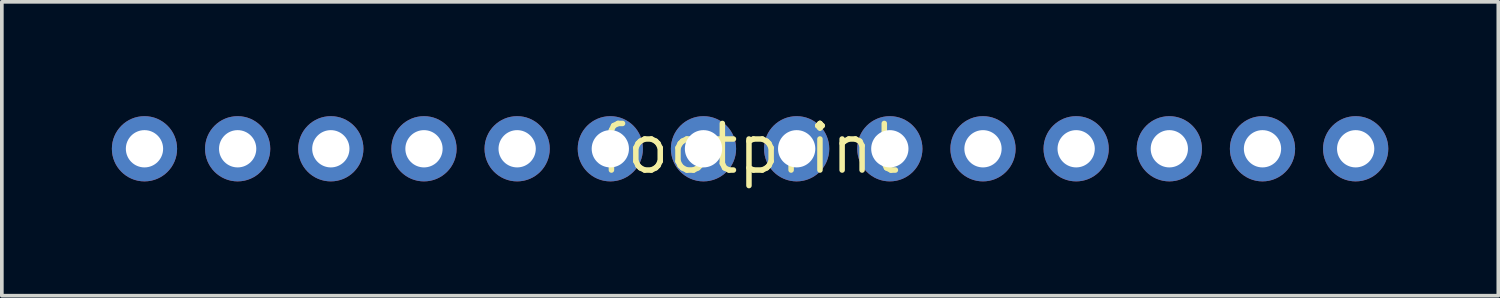
<source format=kicad_pcb>
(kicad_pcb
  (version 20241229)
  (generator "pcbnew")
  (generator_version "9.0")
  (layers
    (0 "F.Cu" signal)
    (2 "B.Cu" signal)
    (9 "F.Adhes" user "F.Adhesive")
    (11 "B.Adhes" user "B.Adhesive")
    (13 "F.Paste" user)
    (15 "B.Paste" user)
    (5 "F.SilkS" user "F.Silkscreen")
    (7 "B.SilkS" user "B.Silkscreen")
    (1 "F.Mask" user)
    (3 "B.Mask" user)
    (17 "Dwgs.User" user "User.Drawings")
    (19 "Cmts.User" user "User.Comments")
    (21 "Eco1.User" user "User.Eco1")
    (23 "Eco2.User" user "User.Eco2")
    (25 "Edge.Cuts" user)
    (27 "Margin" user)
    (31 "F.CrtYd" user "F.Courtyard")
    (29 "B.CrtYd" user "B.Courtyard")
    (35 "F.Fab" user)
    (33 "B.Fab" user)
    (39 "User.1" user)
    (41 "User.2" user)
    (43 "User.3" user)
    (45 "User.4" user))
  (footprint "footprint"
    (layer "F.Cu")
    (at 17.399 1.006)
    (property "Reference" "footprint" (at 0 0 0) (layer "F.SilkS") (effects (font (size 1.27 1.27) (thickness 0.15))))
    (fp_poly (pts (xy -16.764 0.254) (xy -16.256 0.254) (xy -16.256 -0.254) (xy -16.764 -0.254)) (stroke (width 0.1) (type solid)) (fill no) (layer "F.Fab"))
    (fp_poly (pts (xy -14.224 0.254) (xy -13.716 0.254) (xy -13.716 -0.254) (xy -14.224 -0.254)) (stroke (width 0.1) (type solid)) (fill no) (layer "F.Fab"))
    (fp_poly (pts (xy -11.684 0.254) (xy -11.176 0.254) (xy -11.176 -0.254) (xy -11.684 -0.254)) (stroke (width 0.1) (type solid)) (fill no) (layer "F.Fab"))
    (fp_poly (pts (xy -9.144 0.254) (xy -8.636 0.254) (xy -8.636 -0.254) (xy -9.144 -0.254)) (stroke (width 0.1) (type solid)) (fill no) (layer "F.Fab"))
    (fp_poly (pts (xy -6.604 0.254) (xy -6.096 0.254) (xy -6.096 -0.254) (xy -6.604 -0.254)) (stroke (width 0.1) (type solid)) (fill no) (layer "F.Fab"))
    (fp_poly (pts (xy -4.064 0.254) (xy -3.556 0.254) (xy -3.556 -0.254) (xy -4.064 -0.254)) (stroke (width 0.1) (type solid)) (fill no) (layer "F.Fab"))
    (fp_poly (pts (xy -1.524 0.254) (xy -1.016 0.254) (xy -1.016 -0.254) (xy -1.524 -0.254)) (stroke (width 0.1) (type solid)) (fill no) (layer "F.Fab"))
    (fp_poly (pts (xy 1.016 0.254) (xy 1.524 0.254) (xy 1.524 -0.254) (xy 1.016 -0.254)) (stroke (width 0.1) (type solid)) (fill no) (layer "F.Fab"))
    (fp_poly (pts (xy 3.556 0.254) (xy 4.064 0.254) (xy 4.064 -0.254) (xy 3.556 -0.254)) (stroke (width 0.1) (type solid)) (fill no) (layer "F.Fab"))
    (fp_poly (pts (xy 6.096 0.254) (xy 6.604 0.254) (xy 6.604 -0.254) (xy 6.096 -0.254)) (stroke (width 0.1) (type solid)) (fill no) (layer "F.Fab"))
    (fp_poly (pts (xy 8.636 0.254) (xy 9.144 0.254) (xy 9.144 -0.254) (xy 8.636 -0.254)) (stroke (width 0.1) (type solid)) (fill no) (layer "F.Fab"))
    (fp_poly (pts (xy 11.176 0.254) (xy 11.684 0.254) (xy 11.684 -0.254) (xy 11.176 -0.254)) (stroke (width 0.1) (type solid)) (fill no) (layer "F.Fab"))
    (fp_poly (pts (xy 13.716 0.254) (xy 14.224 0.254) (xy 14.224 -0.254) (xy 13.716 -0.254)) (stroke (width 0.1) (type solid)) (fill no) (layer "F.Fab"))
    (fp_poly (pts (xy 16.256 0.254) (xy 16.764 0.254) (xy 16.764 -0.254) (xy 16.256 -0.254)) (stroke (width 0.1) (type solid)) (fill no) (layer "F.Fab"))
    (pad "1" thru_hole circle (at -16.51 0 90) (size 1.778 1.778) (drill 1.016) (layers "*.Cu" "*.Mask"))
    (pad "2" thru_hole circle (at -13.97 0 90) (size 1.778 1.778) (drill 1.016) (layers "*.Cu" "*.Mask"))
    (pad "3" thru_hole circle (at -11.43 0 90) (size 1.778 1.778) (drill 1.016) (layers "*.Cu" "*.Mask"))
    (pad "4" thru_hole circle (at -8.89 0 90) (size 1.778 1.778) (drill 1.016) (layers "*.Cu" "*.Mask"))
    (pad "5" thru_hole circle (at -6.35 0 90) (size 1.778 1.778) (drill 1.016) (layers "*.Cu" "*.Mask"))
    (pad "6" thru_hole circle (at -3.81 0 90) (size 1.778 1.778) (drill 1.016) (layers "*.Cu" "*.Mask"))
    (pad "7" thru_hole circle (at -1.27 0 90) (size 1.778 1.778) (drill 1.016) (layers "*.Cu" "*.Mask"))
    (pad "8" thru_hole circle (at 1.27 0 90) (size 1.778 1.778) (drill 1.016) (layers "*.Cu" "*.Mask"))
    (pad "9" thru_hole circle (at 3.81 0 90) (size 1.778 1.778) (drill 1.016) (layers "*.Cu" "*.Mask"))
    (pad "10" thru_hole circle (at 6.35 0 90) (size 1.778 1.778) (drill 1.016) (layers "*.Cu" "*.Mask"))
    (pad "11" thru_hole circle (at 8.89 0 90) (size 1.778 1.778) (drill 1.016) (layers "*.Cu" "*.Mask"))
    (pad "12" thru_hole circle (at 11.43 0 90) (size 1.778 1.778) (drill 1.016) (layers "*.Cu" "*.Mask"))
    (pad "13" thru_hole circle (at 13.97 0 90) (size 1.778 1.778) (drill 1.016) (layers "*.Cu" "*.Mask"))
    (pad "14" thru_hole circle (at 16.51 0 90) (size 1.778 1.778) (drill 1.016) (layers "*.Cu" "*.Mask")))
  (gr_rect
    (start -3 -3)
    (end 37.798 5.012)
    (stroke (width 0.1) (type default))
    (fill no)
    (layer "Edge.Cuts")))
</source>
